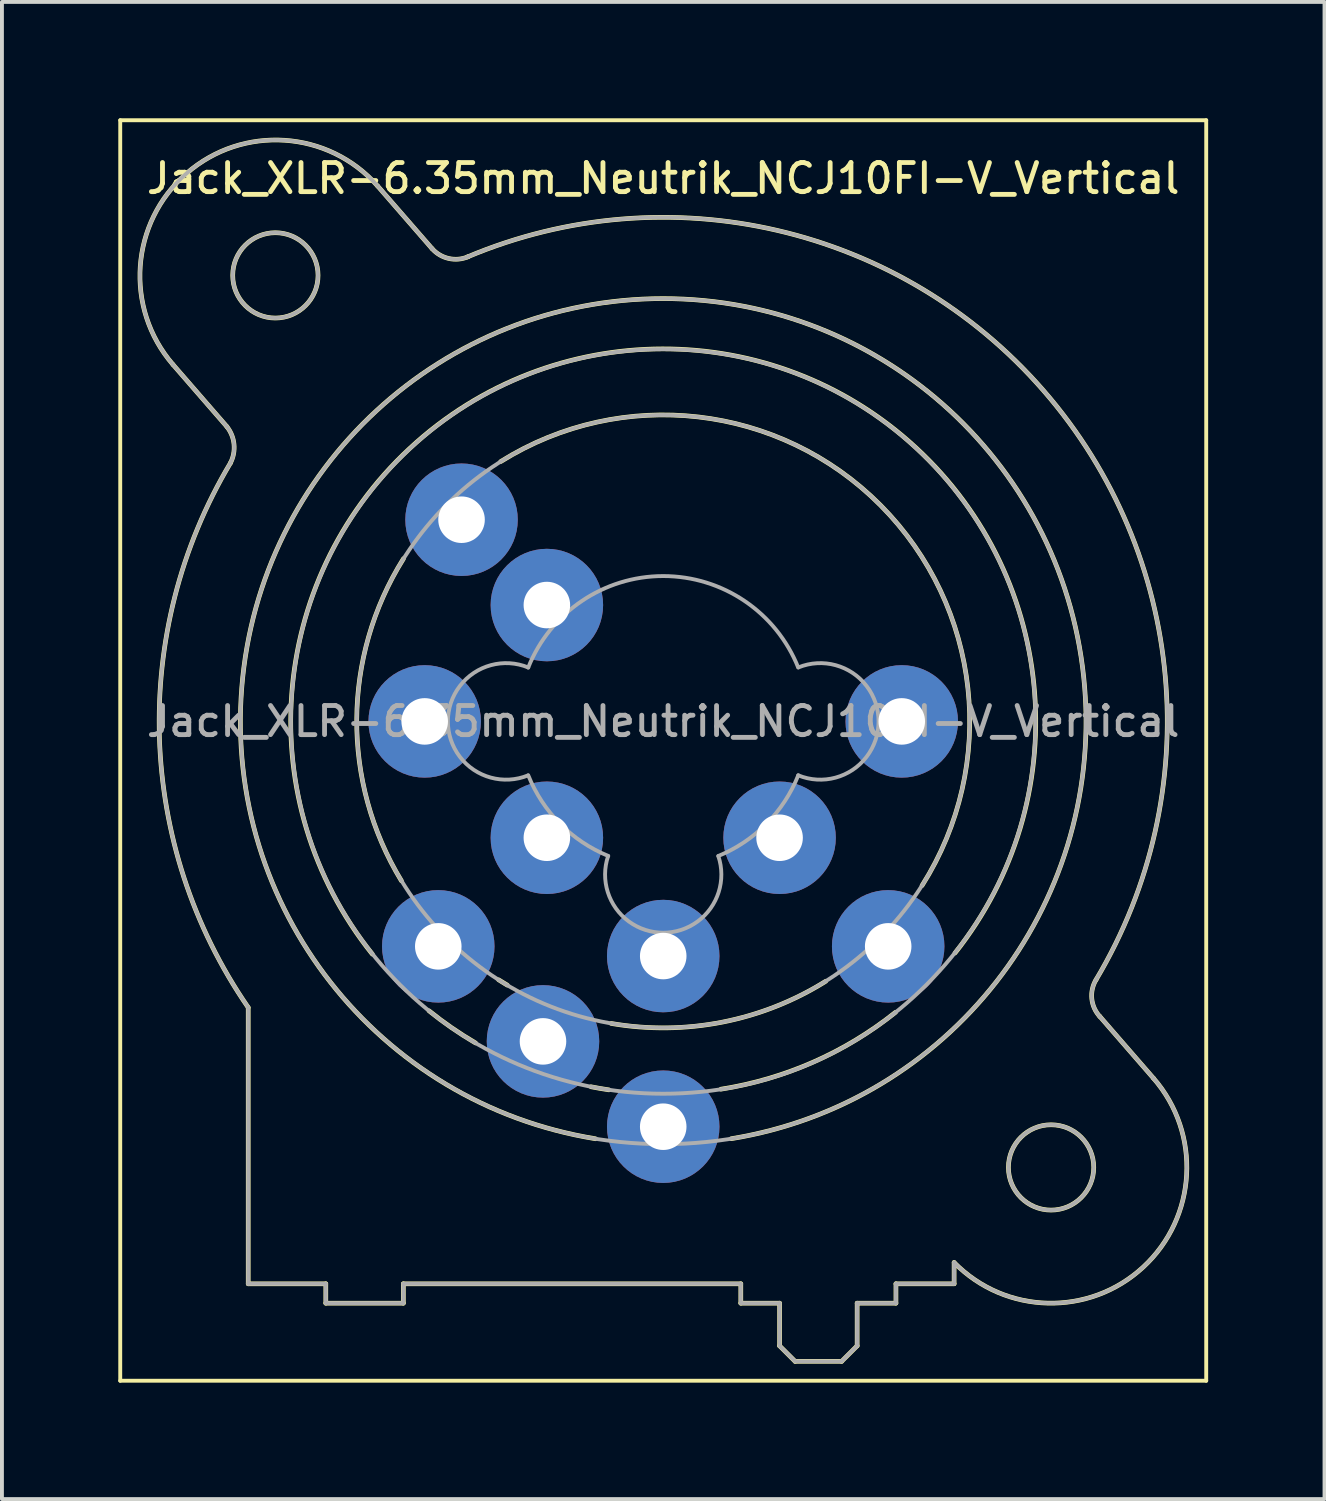
<source format=kicad_pcb>
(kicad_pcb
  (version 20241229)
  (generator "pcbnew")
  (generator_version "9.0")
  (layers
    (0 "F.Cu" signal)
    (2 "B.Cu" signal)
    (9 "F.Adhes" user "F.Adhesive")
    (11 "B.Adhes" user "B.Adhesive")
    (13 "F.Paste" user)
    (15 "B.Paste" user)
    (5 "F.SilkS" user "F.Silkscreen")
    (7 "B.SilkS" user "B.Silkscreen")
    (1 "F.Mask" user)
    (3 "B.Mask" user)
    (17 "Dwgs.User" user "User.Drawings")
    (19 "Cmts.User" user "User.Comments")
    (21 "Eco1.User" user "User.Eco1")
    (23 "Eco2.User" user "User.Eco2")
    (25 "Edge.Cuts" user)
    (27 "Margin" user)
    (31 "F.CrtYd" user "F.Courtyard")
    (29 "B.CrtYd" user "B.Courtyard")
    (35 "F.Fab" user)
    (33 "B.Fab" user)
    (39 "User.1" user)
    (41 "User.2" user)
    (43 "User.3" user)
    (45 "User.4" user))
  (footprint "Jack_XLR-6.35mm_Neutrik_NCJ10FI-V_Vertical"
    (layer "F.Cu")
    (at 20.2 15.55)
    (property "Reference" "Jack_XLR-6.35mm_Neutrik_NCJ10FI-V_Vertical" (at -6.15 -14 0) (layer "F.SilkS") (effects (font (size 0.75 0.75) (thickness 0.125))))
    (attr through_hole)
    (fp_line (start -20.15 -15.5) (end 7.85 -15.5) (stroke (width 0.1) (type solid)) (layer "F.SilkS"))
    (fp_line (start -20.15 17) (end -20.15 -15.5) (stroke (width 0.1) (type solid)) (layer "F.SilkS"))
    (fp_line (start -17.4 -7.6) (end -18.79 -9.2) (stroke (width 0.12) (type solid)) (layer "F.SilkS"))
    (fp_line (start -16.85 14.5) (end -16.85 7.38) (stroke (width 0.12) (type solid)) (layer "F.SilkS"))
    (fp_line (start -14.85 14.5) (end -16.85 14.5) (stroke (width 0.12) (type solid)) (layer "F.SilkS"))
    (fp_line (start -14.85 14.5) (end -14.85 15) (stroke (width 0.12) (type solid)) (layer "F.SilkS"))
    (fp_line (start -13.51 -13.8) (end -12.11 -12.19) (stroke (width 0.12) (type solid)) (layer "F.SilkS"))
    (fp_line (start -12.85 14.5) (end -12.85 15) (stroke (width 0.12) (type solid)) (layer "F.SilkS"))
    (fp_line (start -12.85 15) (end -14.85 15) (stroke (width 0.12) (type solid)) (layer "F.SilkS"))
    (fp_line (start -4.15 14.5) (end -12.85 14.5) (stroke (width 0.12) (type solid)) (layer "F.SilkS"))
    (fp_line (start -4.15 14.5) (end -4.15 15) (stroke (width 0.12) (type solid)) (layer "F.SilkS"))
    (fp_line (start -3.15 15) (end -4.15 15) (stroke (width 0.12) (type solid)) (layer "F.SilkS"))
    (fp_line (start -3.15 15) (end -3.15 16.1) (stroke (width 0.12) (type solid)) (layer "F.SilkS"))
    (fp_line (start -3.15 16.1) (end -2.75 16.5) (stroke (width 0.12) (type solid)) (layer "F.SilkS"))
    (fp_line (start -1.55 16.5) (end -2.75 16.5) (stroke (width 0.12) (type solid)) (layer "F.SilkS"))
    (fp_line (start -1.15 15) (end -1.15 16.1) (stroke (width 0.12) (type solid)) (layer "F.SilkS"))
    (fp_line (start -1.15 16.1) (end -1.55 16.5) (stroke (width 0.12) (type solid)) (layer "F.SilkS"))
    (fp_line (start -0.15 14.5) (end -0.15 15) (stroke (width 0.12) (type solid)) (layer "F.SilkS"))
    (fp_line (start -0.15 15) (end -1.15 15) (stroke (width 0.12) (type solid)) (layer "F.SilkS"))
    (fp_line (start 1.35 13.95) (end 1.35 14.5) (stroke (width 0.12) (type solid)) (layer "F.SilkS"))
    (fp_line (start 1.35 14.5) (end -0.15 14.5) (stroke (width 0.12) (type solid)) (layer "F.SilkS"))
    (fp_line (start 5.1 7.6) (end 6.49 9.2) (stroke (width 0.12) (type solid)) (layer "F.SilkS"))
    (fp_line (start 7.85 -15.5) (end 7.85 17) (stroke (width 0.1) (type solid)) (layer "F.SilkS"))
    (fp_line (start 7.85 17) (end -20.15 17) (stroke (width 0.1) (type solid)) (layer "F.SilkS"))
    (fp_arc (start -18.79 -9.2) (mid -18.45 -14.14) (end -13.51 -13.8) (stroke (width 0.12) (type solid)) (layer "F.SilkS"))
    (fp_arc (start -17.400452 -7.59955) (mid -17.216295 -7.14315) (end -17.31 -6.66) (stroke (width 0.12) (type solid)) (layer "F.SilkS"))
    (fp_arc (start -16.851206 7.374645) (mid -19.139261 0.42462) (end -17.31 -6.66) (stroke (width 0.12) (type solid)) (layer "F.SilkS"))
    (fp_arc (start -13.65 6) (mid -6.168408 -9.604669) (end 1.372943 5.971208) (stroke (width 0.12) (type solid)) (layer "F.SilkS"))
    (fp_arc (start -12.9 4.11) (mid -14.052663 -0.0501) (end -12.847348 -4.195251) (stroke (width 0.12) (type solid)) (layer "F.SilkS"))
    (fp_arc (start -11.201352 -11.974349) (mid 3.655031 -8.530097) (end 5.01 6.66) (stroke (width 0.12) (type solid)) (layer "F.SilkS"))
    (fp_arc (start -11.177539 -11.981856) (mid -11.677484 -11.93489) (end -12.11 -12.19) (stroke (width 0.12) (type solid)) (layer "F.SilkS"))
    (fp_arc (start -10.99 8.29) (mid -11.604845 7.89901) (end -12.188263 7.462512) (stroke (width 0.12) (type solid)) (layer "F.SilkS"))
    (fp_arc (start -10.34 -6.7) (mid -0.544787 -5.570251) (end 0.523653 4.231839) (stroke (width 0.12) (type solid)) (layer "F.SilkS"))
    (fp_arc (start -10.17 6.8) (mid -10.28219 6.732414) (end -10.393245 6.662978) (stroke (width 0.12) (type solid)) (layer "F.SilkS"))
    (fp_arc (start -7.9 10.76) (mid -6.152346 -10.90138) (end -4.395368 10.759246) (stroke (width 0.12) (type solid)) (layer "F.SilkS"))
    (fp_arc (start -7.55 9.5) (mid -7.781688 9.462959) (end -8.012401 9.420269) (stroke (width 0.12) (type solid)) (layer "F.SilkS"))
    (fp_arc (start -1.96 6.7) (mid -4.625828 7.753902) (end -7.492223 7.78746) (stroke (width 0.12) (type solid)) (layer "F.SilkS"))
    (fp_arc (start -0.16 7.5) (mid -2.282236 8.784674) (end -4.662837 9.482534) (stroke (width 0.12) (type solid)) (layer "F.SilkS"))
    (fp_arc (start 5.109394 7.611661) (mid 4.900255 7.152483) (end 5.01 6.66) (stroke (width 0.12) (type solid)) (layer "F.SilkS"))
    (fp_arc (start 6.49 9.2) (mid 6.227307 14.070606) (end 1.351052 13.95252) (stroke (width 0.12) (type solid)) (layer "F.SilkS"))
    (fp_circle (center -16.15 -11.5) (end -15.05 -11.5) (stroke (width 0.12) (type solid)) (fill no) (layer "F.SilkS"))
    (fp_circle (center 3.85 11.5) (end 4.95 11.5) (stroke (width 0.12) (type solid)) (fill no) (layer "F.SilkS"))
    (fp_line (start -17.4 -7.6) (end -18.79 -9.2) (stroke (width 0.1) (type solid)) (layer "F.Fab"))
    (fp_line (start -16.85 14.5) (end -16.85 7.38) (stroke (width 0.1) (type solid)) (layer "F.Fab"))
    (fp_line (start -14.85 14.5) (end -16.85 14.5) (stroke (width 0.1) (type solid)) (layer "F.Fab"))
    (fp_line (start -14.85 14.5) (end -14.85 15) (stroke (width 0.1) (type solid)) (layer "F.Fab"))
    (fp_line (start -13.51 -13.8) (end -12.11 -12.19) (stroke (width 0.1) (type solid)) (layer "F.Fab"))
    (fp_line (start -12.85 14.5) (end -12.85 15) (stroke (width 0.1) (type solid)) (layer "F.Fab"))
    (fp_line (start -12.85 15) (end -14.85 15) (stroke (width 0.1) (type solid)) (layer "F.Fab"))
    (fp_line (start -4.15 14.5) (end -12.85 14.5) (stroke (width 0.1) (type solid)) (layer "F.Fab"))
    (fp_line (start -4.15 14.5) (end -4.15 15) (stroke (width 0.1) (type solid)) (layer "F.Fab"))
    (fp_line (start -3.15 15) (end -4.15 15) (stroke (width 0.1) (type solid)) (layer "F.Fab"))
    (fp_line (start -3.15 15) (end -3.15 16.1) (stroke (width 0.1) (type solid)) (layer "F.Fab"))
    (fp_line (start -3.15 16.1) (end -2.75 16.5) (stroke (width 0.1) (type solid)) (layer "F.Fab"))
    (fp_line (start -1.55 16.5) (end -2.75 16.5) (stroke (width 0.1) (type solid)) (layer "F.Fab"))
    (fp_line (start -1.15 15) (end -1.15 16.1) (stroke (width 0.1) (type solid)) (layer "F.Fab"))
    (fp_line (start -1.15 16.1) (end -1.55 16.5) (stroke (width 0.1) (type solid)) (layer "F.Fab"))
    (fp_line (start -0.15 14.5) (end -0.15 15) (stroke (width 0.1) (type solid)) (layer "F.Fab"))
    (fp_line (start -0.15 15) (end -1.15 15) (stroke (width 0.1) (type solid)) (layer "F.Fab"))
    (fp_line (start 1.35 13.95) (end 1.35 14.5) (stroke (width 0.1) (type solid)) (layer "F.Fab"))
    (fp_line (start 1.35 14.5) (end -0.15 14.5) (stroke (width 0.1) (type solid)) (layer "F.Fab"))
    (fp_line (start 5.1 7.6) (end 6.49 9.2) (stroke (width 0.1) (type solid)) (layer "F.Fab"))
    (fp_arc (start -18.79 -9.2) (mid -18.45 -14.14) (end -13.51 -13.8) (stroke (width 0.1) (type solid)) (layer "F.Fab"))
    (fp_arc (start -17.400452 -7.59955) (mid -17.216295 -7.14315) (end -17.31 -6.66) (stroke (width 0.1) (type solid)) (layer "F.Fab"))
    (fp_arc (start -16.851206 7.374645) (mid -19.139261 0.42462) (end -17.31 -6.66) (stroke (width 0.1) (type solid)) (layer "F.Fab"))
    (fp_arc (start -11.201352 -11.974349) (mid 3.655031 -8.530097) (end 5.01 6.66) (stroke (width 0.1) (type solid)) (layer "F.Fab"))
    (fp_arc (start -11.177539 -11.981856) (mid -11.677484 -11.93489) (end -12.11 -12.19) (stroke (width 0.1) (type solid)) (layer "F.Fab"))
    (fp_arc (start -9.634717 1.391925) (mid -11.702329 -0.002547) (end -9.63 -1.39) (stroke (width 0.1) (type solid)) (layer "F.Fab"))
    (fp_arc (start -9.631116 -1.387204) (mid -6.151505 -3.747333) (end -2.67 -1.39) (stroke (width 0.1) (type solid)) (layer "F.Fab"))
    (fp_arc (start -7.567529 3.468878) (mid -8.810241 2.639246) (end -9.63 1.39) (stroke (width 0.1) (type solid)) (layer "F.Fab"))
    (fp_arc (start -4.729599 3.471189) (mid -6.150627 5.448932) (end -7.57 3.47) (stroke (width 0.1) (type solid)) (layer "F.Fab"))
    (fp_arc (start -2.667476 1.389002) (mid -3.487046 2.639314) (end -4.73 3.47) (stroke (width 0.1) (type solid)) (layer "F.Fab"))
    (fp_arc (start -2.665283 -1.391925) (mid -0.597671 0.002547) (end -2.67 1.39) (stroke (width 0.1) (type solid)) (layer "F.Fab"))
    (fp_arc (start 5.109394 7.611661) (mid 4.900255 7.152483) (end 5.01 6.66) (stroke (width 0.1) (type solid)) (layer "F.Fab"))
    (fp_arc (start 6.49 9.2) (mid 6.227307 14.070606) (end 1.351052 13.95252) (stroke (width 0.1) (type solid)) (layer "F.Fab"))
    (fp_circle (center -16.15 -11.5) (end -15.05 -11.5) (stroke (width 0.1) (type solid)) (fill no) (layer "F.Fab"))
    (fp_circle (center -6.15 0) (end 1.75 0) (stroke (width 0.1) (type solid)) (fill no) (layer "F.Fab"))
    (fp_circle (center -6.15 0) (end 3.45 0) (stroke (width 0.1) (type solid)) (fill no) (layer "F.Fab"))
    (fp_circle (center -6.15 0) (end 4.75 0) (stroke (width 0.1) (type solid)) (fill no) (layer "F.Fab"))
    (fp_circle (center 3.85 11.5) (end 4.95 11.5) (stroke (width 0.1) (type solid)) (fill no) (layer "F.Fab"))
    (fp_text user "${REFERENCE}" (at -6.15 0 0) (layer "F.Fab") (effects (font (size 0.75 0.75) (thickness 0.125))))
    (pad "1" thru_hole circle (at 0 0) (size 2.9 2.9) (drill 1.2) (layers "*.Cu" "*.Mask"))
    (pad "2" thru_hole circle (at -12.3 0) (size 2.9 2.9) (drill 1.2) (layers "*.Cu" "*.Mask"))
    (pad "3" thru_hole circle (at -6.15 6.05) (size 2.9 2.9) (drill 1.2) (layers "*.Cu" "*.Mask"))
    (pad "G" thru_hole circle (at -6.15 10.45) (size 2.9 2.9) (drill 1.2) (layers "*.Cu" "*.Mask"))
    (pad "GN" thru_hole circle (at -9.25 8.25) (size 2.9 2.9) (drill 1.2) (layers "*.Cu" "*.Mask"))
    (pad "R" thru_hole circle (at -0.35 5.8) (size 2.9 2.9) (drill 1.2) (layers "*.Cu" "*.Mask"))
    (pad "RN" thru_hole circle (at -3.15 3) (size 2.9 2.9) (drill 1.2) (layers "*.Cu" "*.Mask"))
    (pad "S" thru_hole circle (at -11.95 5.8) (size 2.9 2.9) (drill 1.2) (layers "*.Cu" "*.Mask"))
    (pad "SN" thru_hole circle (at -9.15 3) (size 2.9 2.9) (drill 1.2) (layers "*.Cu" "*.Mask"))
    (pad "T" thru_hole circle (at -11.35 -5.2) (size 2.9 2.9) (drill 1.2) (layers "*.Cu" "*.Mask"))
    (pad "TN" thru_hole circle (at -9.15 -3) (size 2.9 2.9) (drill 1.2) (layers "*.Cu" "*.Mask")))
  (gr_rect
    (start -3 -3)
    (end 31.1 35.6)
    (stroke (width 0.1) (type default))
    (fill no)
    (layer "Edge.Cuts")))
</source>
